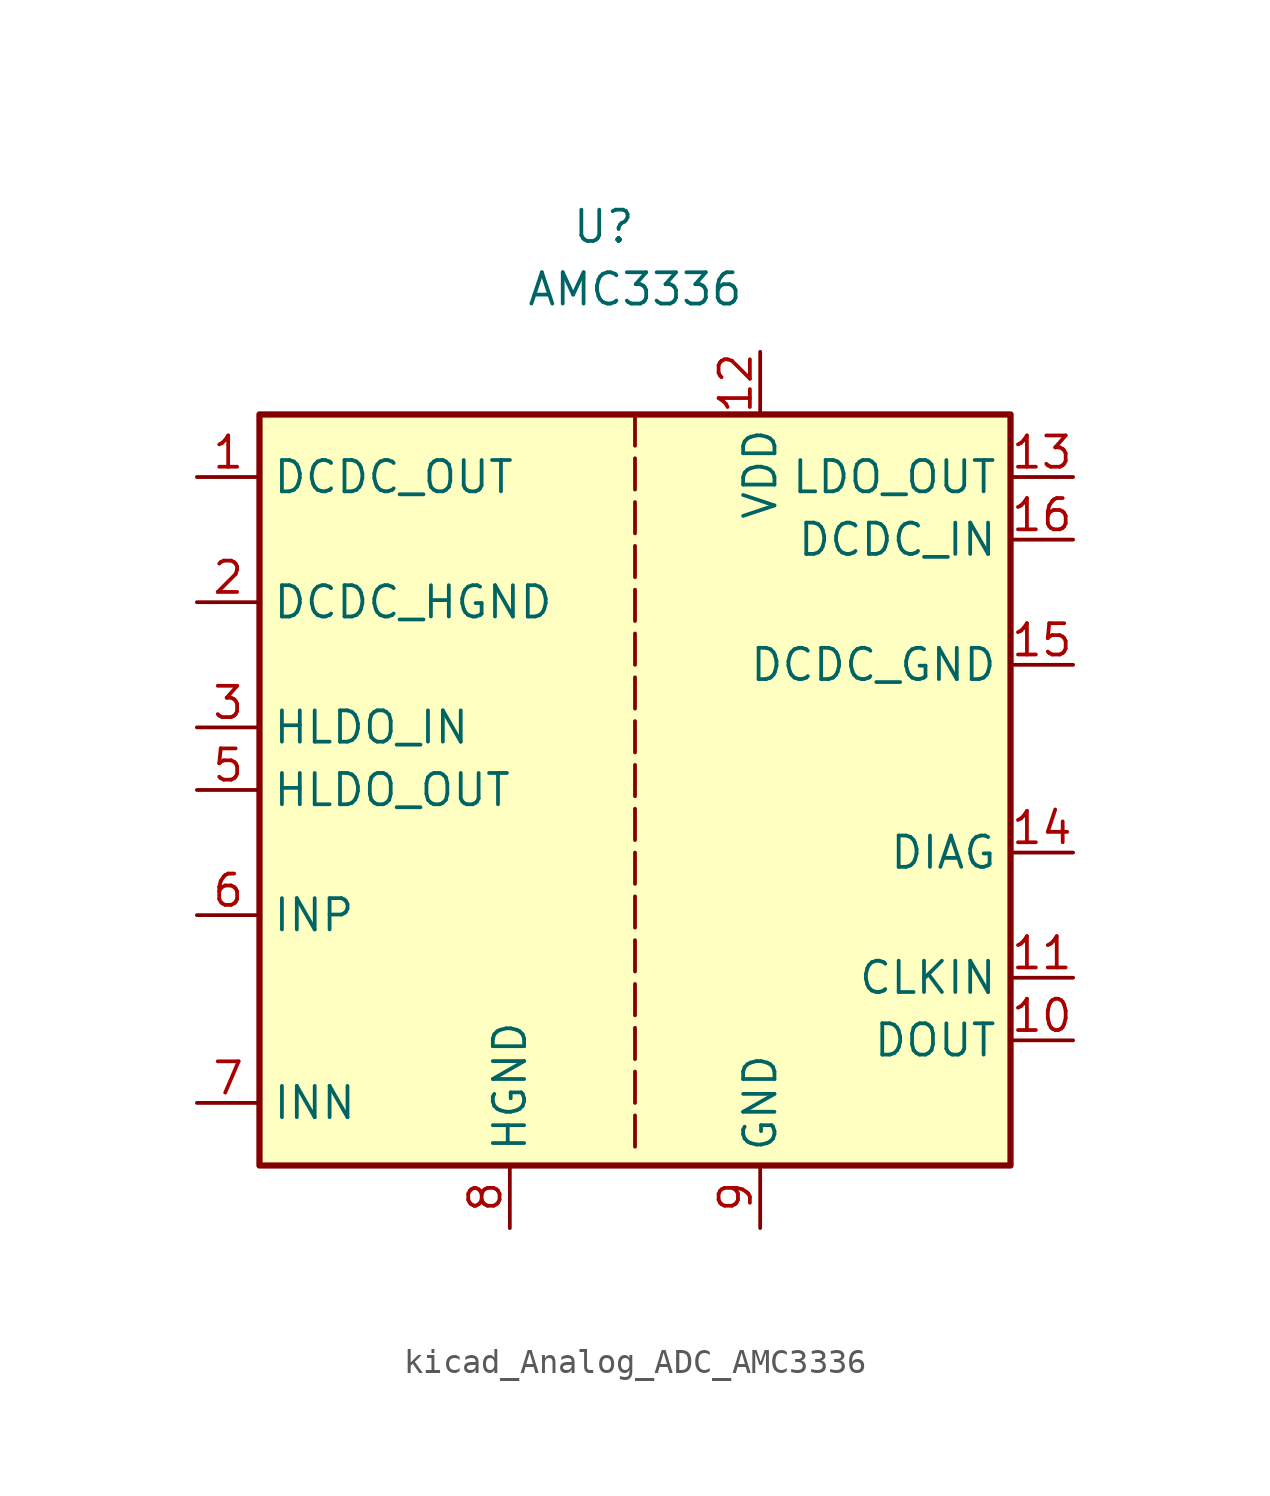
<source format=kicad_sym>
(kicad_symbol_lib
  (version 20220914)
  (generator kicad_symbol_editor)
  (symbol "kicad_Analog_ADC_AMC3336"
    (property "Reference" "U"
      (at -1.27 22.86 0)
      (effects (font (size 1.27 1.27))))
    (property "Value" "AMC3336"
      (at 0 20.32 0)
      (effects (font (size 1.27 1.27))))
    (symbol "kicad_Analog_ADC_AMC3336_0_1"
      (rectangle (start -15.24 15.24) (end 15.24 -15.24) (stroke (width 0.254) (type default)) (fill (type background)))
      (polyline (pts (xy 0 -13.208) (xy 0 -14.478)) (stroke (width 0) (type default)) (fill (type none)))
      (polyline (pts (xy 0 -11.43) (xy 0 -12.7)) (stroke (width 0) (type default)) (fill (type none)))
      (polyline (pts (xy 0 -9.652) (xy 0 -10.922)) (stroke (width 0) (type default)) (fill (type none)))
      (polyline (pts (xy 0 -7.874) (xy 0 -9.144)) (stroke (width 0) (type default)) (fill (type none)))
      (polyline (pts (xy 0 -6.096) (xy 0 -7.366)) (stroke (width 0) (type default)) (fill (type none)))
      (polyline (pts (xy 0 -4.318) (xy 0 -5.588)) (stroke (width 0) (type default)) (fill (type none)))
      (polyline (pts (xy 0 -2.54) (xy 0 -3.81)) (stroke (width 0) (type default)) (fill (type none)))
      (polyline (pts (xy 0 -0.762) (xy 0 -2.032)) (stroke (width 0) (type default)) (fill (type none)))
      (polyline (pts (xy 0 1.016) (xy 0 -0.254)) (stroke (width 0) (type default)) (fill (type none)))
      (polyline (pts (xy 0 2.794) (xy 0 1.524)) (stroke (width 0) (type default)) (fill (type none)))
      (polyline (pts (xy 0 4.572) (xy 0 3.302)) (stroke (width 0) (type default)) (fill (type none)))
      (polyline (pts (xy 0 6.35) (xy 0 5.08)) (stroke (width 0) (type default)) (fill (type none)))
      (polyline (pts (xy 0 8.128) (xy 0 6.858)) (stroke (width 0) (type default)) (fill (type none)))
      (polyline (pts (xy 0 9.906) (xy 0 8.636)) (stroke (width 0) (type default)) (fill (type none)))
      (polyline (pts (xy 0 11.684) (xy 0 10.414)) (stroke (width 0) (type default)) (fill (type none)))
      (polyline (pts (xy 0 13.462) (xy 0 12.192)) (stroke (width 0) (type default)) (fill (type none)))
      (polyline (pts (xy 0 15.24) (xy 0 13.97)) (stroke (width 0) (type default)) (fill (type none))))
    (symbol "kicad_Analog_ADC_AMC3336_1_1"
      (pin power_out line (at -17.78 12.7 0) (length 2.54) (name "DCDC_OUT" (effects (font (size 1.27 1.27)))) (number "1" (effects (font (size 1.27 1.27)))))
      (pin output line (at 17.78 -10.16 180) (length 2.54) (name "DOUT" (effects (font (size 1.27 1.27)))) (number "10" (effects (font (size 1.27 1.27)))))
      (pin input line (at 17.78 -7.62 180) (length 2.54) (name "CLKIN" (effects (font (size 1.27 1.27)))) (number "11" (effects (font (size 1.27 1.27)))))
      (pin power_in line (at 5.08 17.78 270) (length 2.54) (name "VDD" (effects (font (size 1.27 1.27)))) (number "12" (effects (font (size 1.27 1.27)))))
      (pin power_out line (at 17.78 12.7 180) (length 2.54) (name "LDO_OUT" (effects (font (size 1.27 1.27)))) (number "13" (effects (font (size 1.27 1.27)))))
      (pin output line (at 17.78 -2.54 180) (length 2.54) (name "DIAG" (effects (font (size 1.27 1.27)))) (number "14" (effects (font (size 1.27 1.27)))))
      (pin power_in line (at 17.78 5.08 180) (length 2.54) (name "DCDC_GND" (effects (font (size 1.27 1.27)))) (number "15" (effects (font (size 1.27 1.27)))))
      (pin power_in line (at 17.78 10.16 180) (length 2.54) (name "DCDC_IN" (effects (font (size 1.27 1.27)))) (number "16" (effects (font (size 1.27 1.27)))))
      (pin power_out line (at -17.78 7.62 0) (length 2.54) (name "DCDC_HGND" (effects (font (size 1.27 1.27)))) (number "2" (effects (font (size 1.27 1.27)))))
      (pin power_in line (at -17.78 2.54 0) (length 2.54) (name "HLDO_IN" (effects (font (size 1.27 1.27)))) (number "3" (effects (font (size 1.27 1.27)))))
      (pin no_connect line (at -7.62 -15.24 90) (length 2.54) hide (name "NC" (effects (font (size 1.27 1.27)))) (number "4" (effects (font (size 1.27 1.27)))))
      (pin power_out line (at -17.78 0 0) (length 2.54) (name "HLDO_OUT" (effects (font (size 1.27 1.27)))) (number "5" (effects (font (size 1.27 1.27)))))
      (pin input line (at -17.78 -5.08 0) (length 2.54) (name "INP" (effects (font (size 1.27 1.27)))) (number "6" (effects (font (size 1.27 1.27)))))
      (pin input line (at -17.78 -12.7 0) (length 2.54) (name "INN" (effects (font (size 1.27 1.27)))) (number "7" (effects (font (size 1.27 1.27)))))
      (pin power_in line (at -5.08 -17.78 90) (length 2.54) (name "HGND" (effects (font (size 1.27 1.27)))) (number "8" (effects (font (size 1.27 1.27)))))
      (pin power_in line (at 5.08 -17.78 90) (length 2.54) (name "GND" (effects (font (size 1.27 1.27)))) (number "9" (effects (font (size 1.27 1.27))))))))
</source>
